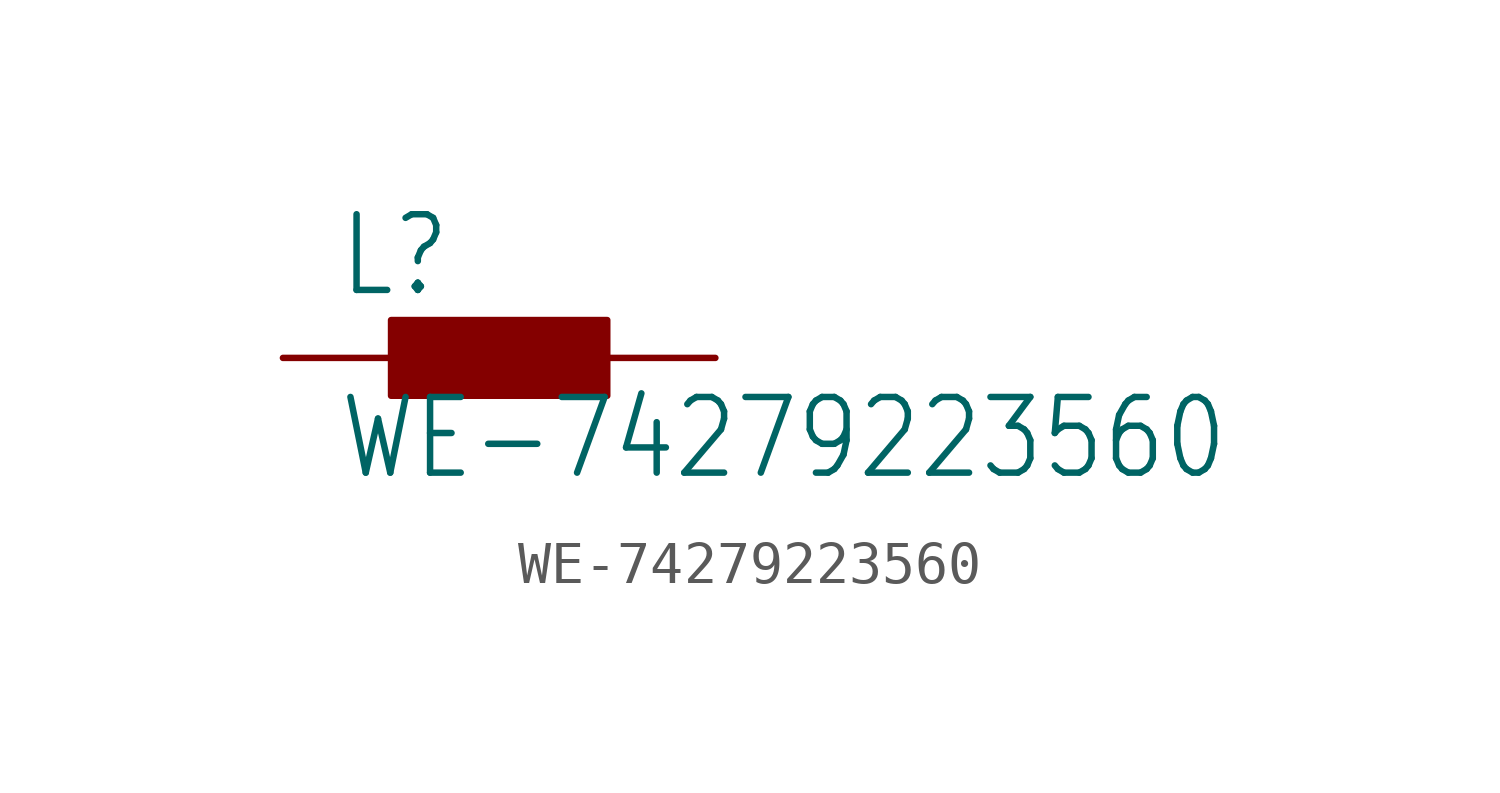
<source format=kicad_sym>
(kicad_symbol_lib
  (version 20211014)
  (generator kicad_symbol_editor)
  (symbol "WE-74279223560"
    (property "Reference" "L"
      (at -3.81 1.372 0)
      (effects (font (size 1.778 1.511)) (justify left bottom)))
    (property "Value" "WE-74279223560"
      (at -3.81 -2.921 0)
      (effects (font (size 1.778 1.511)) (justify left bottom)))
    (property "ki_locked" ""
      (at 0 0 0)
      (effects (font (size 1.27 1.27))))
    (symbol "WE-74279223560_1_0"
      (rectangle (start -2.54 -0.889) (end 2.54 0.889) (stroke (width 0) (type default) (color 0 0 0 0)) (fill (type outline)))
      (pin passive line (at -5.08 0 0) (length 2.54) (name "1" (effects (font (size 0 0)))) (number "1" (effects (font (size 0 0)))))
      (pin passive line (at 5.08 0 180) (length 2.54) (name "2" (effects (font (size 0 0)))) (number "2" (effects (font (size 0 0))))))))
</source>
